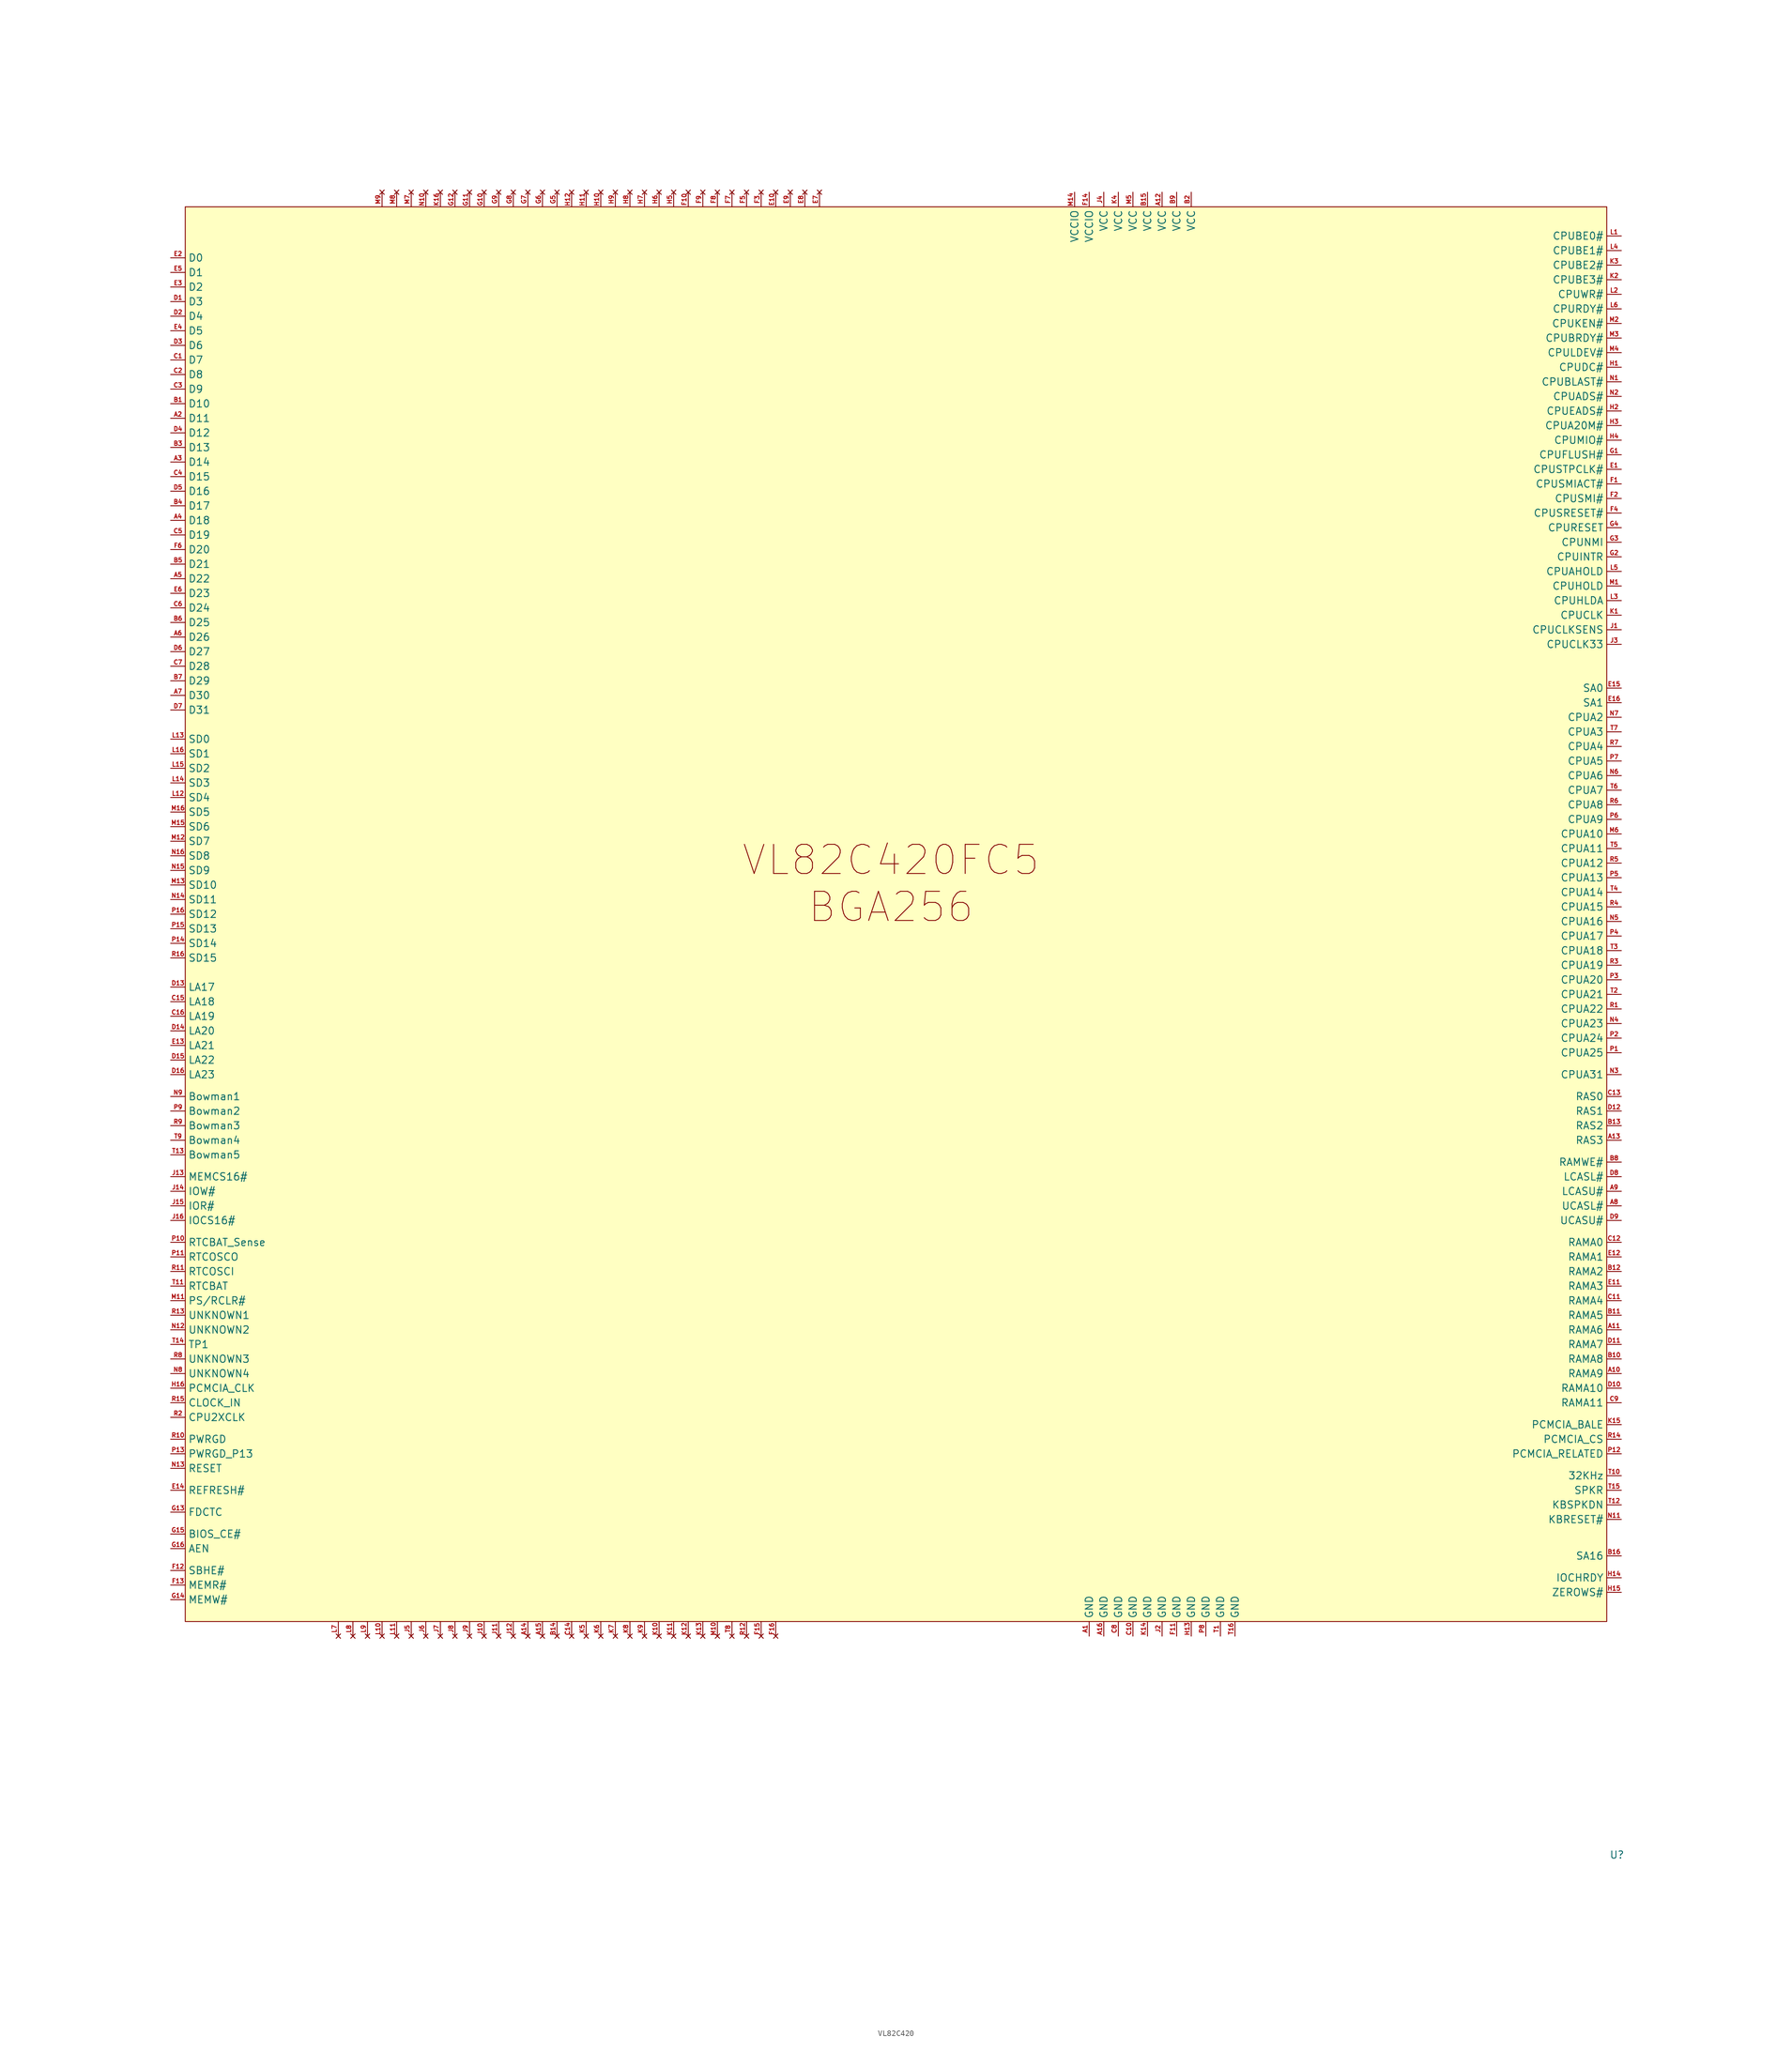
<source format=kicad_sym>
(kicad_symbol_lib
  (version 20241209)
  (generator "kicad_symbol_editor")
  (generator_version "9.0")
  (symbol "VL82C420"
    (property "Reference" "U"
      (at 121.158 -170.18 0)
      (effects (font (size 1.27 1.27))))
    (property "Value" ""
      (at 0 0 0)
      (effects (font (size 1.27 1.27))))
    (symbol "VL82C420_1_1"
      (rectangle (start -128.27 116.84) (end 119.38 -129.54) (stroke (width 0) (type solid)) (fill (type color) (color 255 255 194 1)))
      (text "VL82C420FC5\nBGA256" (at -5.334 -1.016 0) (effects (font (size 5.08 5.08))))
      (pin bidirectional line (at -130.81 107.95 0) (length 2.54) (name "D0" (effects (font (size 1.27 1.27)))) (number "E2" (effects (font (size 0.762 0.762)))))
      (pin bidirectional line (at -130.81 105.41 0) (length 2.54) (name "D1" (effects (font (size 1.27 1.27)))) (number "E5" (effects (font (size 0.762 0.762)))))
      (pin bidirectional line (at -130.81 102.87 0) (length 2.54) (name "D2" (effects (font (size 1.27 1.27)))) (number "E3" (effects (font (size 0.762 0.762)))))
      (pin bidirectional line (at -130.81 100.33 0) (length 2.54) (name "D3" (effects (font (size 1.27 1.27)))) (number "D1" (effects (font (size 0.762 0.762)))))
      (pin bidirectional line (at -130.81 97.79 0) (length 2.54) (name "D4" (effects (font (size 1.27 1.27)))) (number "D2" (effects (font (size 0.762 0.762)))))
      (pin bidirectional line (at -130.81 95.25 0) (length 2.54) (name "D5" (effects (font (size 1.27 1.27)))) (number "E4" (effects (font (size 0.762 0.762)))))
      (pin bidirectional line (at -130.81 92.71 0) (length 2.54) (name "D6" (effects (font (size 1.27 1.27)))) (number "D3" (effects (font (size 0.762 0.762)))))
      (pin bidirectional line (at -130.81 90.17 0) (length 2.54) (name "D7" (effects (font (size 1.27 1.27)))) (number "C1" (effects (font (size 0.762 0.762)))))
      (pin bidirectional line (at -130.81 87.63 0) (length 2.54) (name "D8" (effects (font (size 1.27 1.27)))) (number "C2" (effects (font (size 0.762 0.762)))))
      (pin bidirectional line (at -130.81 85.09 0) (length 2.54) (name "D9" (effects (font (size 1.27 1.27)))) (number "C3" (effects (font (size 0.762 0.762)))))
      (pin bidirectional line (at -130.81 82.55 0) (length 2.54) (name "D10" (effects (font (size 1.27 1.27)))) (number "B1" (effects (font (size 0.762 0.762)))))
      (pin bidirectional line (at -130.81 80.01 0) (length 2.54) (name "D11" (effects (font (size 1.27 1.27)))) (number "A2" (effects (font (size 0.762 0.762)))))
      (pin bidirectional line (at -130.81 77.47 0) (length 2.54) (name "D12" (effects (font (size 1.27 1.27)))) (number "D4" (effects (font (size 0.762 0.762)))))
      (pin bidirectional line (at -130.81 74.93 0) (length 2.54) (name "D13" (effects (font (size 1.27 1.27)))) (number "B3" (effects (font (size 0.762 0.762)))))
      (pin bidirectional line (at -130.81 72.39 0) (length 2.54) (name "D14" (effects (font (size 1.27 1.27)))) (number "A3" (effects (font (size 0.762 0.762)))))
      (pin bidirectional line (at -130.81 69.85 0) (length 2.54) (name "D15" (effects (font (size 1.27 1.27)))) (number "C4" (effects (font (size 0.762 0.762)))))
      (pin bidirectional line (at -130.81 67.31 0) (length 2.54) (name "D16" (effects (font (size 1.27 1.27)))) (number "D5" (effects (font (size 0.762 0.762)))))
      (pin bidirectional line (at -130.81 64.77 0) (length 2.54) (name "D17" (effects (font (size 1.27 1.27)))) (number "B4" (effects (font (size 0.762 0.762)))))
      (pin bidirectional line (at -130.81 62.23 0) (length 2.54) (name "D18" (effects (font (size 1.27 1.27)))) (number "A4" (effects (font (size 0.762 0.762)))))
      (pin bidirectional line (at -130.81 59.69 0) (length 2.54) (name "D19" (effects (font (size 1.27 1.27)))) (number "C5" (effects (font (size 0.762 0.762)))))
      (pin bidirectional line (at -130.81 57.15 0) (length 2.54) (name "D20" (effects (font (size 1.27 1.27)))) (number "F6" (effects (font (size 0.762 0.762)))))
      (pin bidirectional line (at -130.81 54.61 0) (length 2.54) (name "D21" (effects (font (size 1.27 1.27)))) (number "B5" (effects (font (size 0.762 0.762)))))
      (pin bidirectional line (at -130.81 52.07 0) (length 2.54) (name "D22" (effects (font (size 1.27 1.27)))) (number "A5" (effects (font (size 0.762 0.762)))))
      (pin bidirectional line (at -130.81 49.53 0) (length 2.54) (name "D23" (effects (font (size 1.27 1.27)))) (number "E6" (effects (font (size 0.762 0.762)))))
      (pin bidirectional line (at -130.81 46.99 0) (length 2.54) (name "D24" (effects (font (size 1.27 1.27)))) (number "C6" (effects (font (size 0.762 0.762)))))
      (pin bidirectional line (at -130.81 44.45 0) (length 2.54) (name "D25" (effects (font (size 1.27 1.27)))) (number "B6" (effects (font (size 0.762 0.762)))))
      (pin bidirectional line (at -130.81 41.91 0) (length 2.54) (name "D26" (effects (font (size 1.27 1.27)))) (number "A6" (effects (font (size 0.762 0.762)))))
      (pin bidirectional line (at -130.81 39.37 0) (length 2.54) (name "D27" (effects (font (size 1.27 1.27)))) (number "D6" (effects (font (size 0.762 0.762)))))
      (pin bidirectional line (at -130.81 36.83 0) (length 2.54) (name "D28" (effects (font (size 1.27 1.27)))) (number "C7" (effects (font (size 0.762 0.762)))))
      (pin bidirectional line (at -130.81 34.29 0) (length 2.54) (name "D29" (effects (font (size 1.27 1.27)))) (number "B7" (effects (font (size 0.762 0.762)))))
      (pin bidirectional line (at -130.81 31.75 0) (length 2.54) (name "D30" (effects (font (size 1.27 1.27)))) (number "A7" (effects (font (size 0.762 0.762)))))
      (pin bidirectional line (at -130.81 29.21 0) (length 2.54) (name "D31" (effects (font (size 1.27 1.27)))) (number "D7" (effects (font (size 0.762 0.762)))))
      (pin bidirectional line (at -130.81 24.13 0) (length 2.54) (name "SD0" (effects (font (size 1.27 1.27)))) (number "L13" (effects (font (size 0.762 0.762)))))
      (pin bidirectional line (at -130.81 21.59 0) (length 2.54) (name "SD1" (effects (font (size 1.27 1.27)))) (number "L16" (effects (font (size 0.762 0.762)))))
      (pin bidirectional line (at -130.81 19.05 0) (length 2.54) (name "SD2" (effects (font (size 1.27 1.27)))) (number "L15" (effects (font (size 0.762 0.762)))))
      (pin bidirectional line (at -130.81 16.51 0) (length 2.54) (name "SD3" (effects (font (size 1.27 1.27)))) (number "L14" (effects (font (size 0.762 0.762)))))
      (pin bidirectional line (at -130.81 13.97 0) (length 2.54) (name "SD4" (effects (font (size 1.27 1.27)))) (number "L12" (effects (font (size 0.762 0.762)))))
      (pin bidirectional line (at -130.81 11.43 0) (length 2.54) (name "SD5" (effects (font (size 1.27 1.27)))) (number "M16" (effects (font (size 0.762 0.762)))))
      (pin bidirectional line (at -130.81 8.89 0) (length 2.54) (name "SD6" (effects (font (size 1.27 1.27)))) (number "M15" (effects (font (size 0.762 0.762)))))
      (pin bidirectional line (at -130.81 6.35 0) (length 2.54) (name "SD7" (effects (font (size 1.27 1.27)))) (number "M12" (effects (font (size 0.762 0.762)))))
      (pin bidirectional line (at -130.81 3.81 0) (length 2.54) (name "SD8" (effects (font (size 1.27 1.27)))) (number "N16" (effects (font (size 0.762 0.762)))))
      (pin bidirectional line (at -130.81 1.27 0) (length 2.54) (name "SD9" (effects (font (size 1.27 1.27)))) (number "N15" (effects (font (size 0.762 0.762)))))
      (pin bidirectional line (at -130.81 -1.27 0) (length 2.54) (name "SD10" (effects (font (size 1.27 1.27)))) (number "M13" (effects (font (size 0.762 0.762)))))
      (pin bidirectional line (at -130.81 -3.81 0) (length 2.54) (name "SD11" (effects (font (size 1.27 1.27)))) (number "N14" (effects (font (size 0.762 0.762)))))
      (pin bidirectional line (at -130.81 -6.35 0) (length 2.54) (name "SD12" (effects (font (size 1.27 1.27)))) (number "P16" (effects (font (size 0.762 0.762)))))
      (pin bidirectional line (at -130.81 -8.89 0) (length 2.54) (name "SD13" (effects (font (size 1.27 1.27)))) (number "P15" (effects (font (size 0.762 0.762)))))
      (pin bidirectional line (at -130.81 -11.43 0) (length 2.54) (name "SD14" (effects (font (size 1.27 1.27)))) (number "P14" (effects (font (size 0.762 0.762)))))
      (pin bidirectional line (at -130.81 -13.97 0) (length 2.54) (name "SD15" (effects (font (size 1.27 1.27)))) (number "R16" (effects (font (size 0.762 0.762)))))
      (pin bidirectional line (at -130.81 -19.05 0) (length 2.54) (name "LA17" (effects (font (size 1.27 1.27)))) (number "D13" (effects (font (size 0.762 0.762)))))
      (pin bidirectional line (at -130.81 -21.59 0) (length 2.54) (name "LA18" (effects (font (size 1.27 1.27)))) (number "C15" (effects (font (size 0.762 0.762)))))
      (pin bidirectional line (at -130.81 -24.13 0) (length 2.54) (name "LA19" (effects (font (size 1.27 1.27)))) (number "C16" (effects (font (size 0.762 0.762)))))
      (pin bidirectional line (at -130.81 -26.67 0) (length 2.54) (name "LA20" (effects (font (size 1.27 1.27)))) (number "D14" (effects (font (size 0.762 0.762)))))
      (pin bidirectional line (at -130.81 -29.21 0) (length 2.54) (name "LA21" (effects (font (size 1.27 1.27)))) (number "E13" (effects (font (size 0.762 0.762)))))
      (pin bidirectional line (at -130.81 -31.75 0) (length 2.54) (name "LA22" (effects (font (size 1.27 1.27)))) (number "D15" (effects (font (size 0.762 0.762)))))
      (pin bidirectional line (at -130.81 -34.29 0) (length 2.54) (name "LA23" (effects (font (size 1.27 1.27)))) (number "D16" (effects (font (size 0.762 0.762)))))
      (pin bidirectional line (at -130.81 -38.1 0) (length 2.54) (name "Bowman1" (effects (font (size 1.27 1.27)))) (number "N9" (effects (font (size 0.762 0.762)))))
      (pin bidirectional line (at -130.81 -40.64 0) (length 2.54) (name "Bowman2" (effects (font (size 1.27 1.27)))) (number "P9" (effects (font (size 0.762 0.762)))))
      (pin bidirectional line (at -130.81 -43.18 0) (length 2.54) (name "Bowman3" (effects (font (size 1.27 1.27)))) (number "R9" (effects (font (size 0.762 0.762)))))
      (pin bidirectional line (at -130.81 -45.72 0) (length 2.54) (name "Bowman4" (effects (font (size 1.27 1.27)))) (number "T9" (effects (font (size 0.762 0.762)))))
      (pin bidirectional line (at -130.81 -48.26 0) (length 2.54) (name "Bowman5" (effects (font (size 1.27 1.27)))) (number "T13" (effects (font (size 0.762 0.762)))))
      (pin input line (at -130.81 -52.07 0) (length 2.54) (name "MEMCS16#" (effects (font (size 1.27 1.27)))) (number "J13" (effects (font (size 0.762 0.762)))))
      (pin output line (at -130.81 -54.61 0) (length 2.54) (name "IOW#" (effects (font (size 1.27 1.27)))) (number "J14" (effects (font (size 0.762 0.762)))))
      (pin output line (at -130.81 -57.15 0) (length 2.54) (name "IOR#" (effects (font (size 1.27 1.27)))) (number "J15" (effects (font (size 0.762 0.762)))))
      (pin input line (at -130.81 -59.69 0) (length 2.54) (name "IOCS16#" (effects (font (size 1.27 1.27)))) (number "J16" (effects (font (size 0.762 0.762)))))
      (pin bidirectional line (at -130.81 -63.5 0) (length 2.54) (name "RTCBAT_Sense" (effects (font (size 1.27 1.27)))) (number "P10" (effects (font (size 0.762 0.762)))))
      (pin bidirectional line (at -130.81 -66.04 0) (length 2.54) (name "RTCOSCO" (effects (font (size 1.27 1.27)))) (number "P11" (effects (font (size 0.762 0.762)))))
      (pin bidirectional line (at -130.81 -68.58 0) (length 2.54) (name "RTCOSCI" (effects (font (size 1.27 1.27)))) (number "R11" (effects (font (size 0.762 0.762)))))
      (pin input line (at -130.81 -71.12 0) (length 2.54) (name "RTCBAT" (effects (font (size 1.27 1.27)))) (number "T11" (effects (font (size 0.762 0.762)))))
      (pin bidirectional line (at -130.81 -73.66 0) (length 2.54) (name "PS/RCLR#" (effects (font (size 1.27 1.27)))) (number "M11" (effects (font (size 0.762 0.762)))))
      (pin bidirectional line (at -130.81 -76.2 0) (length 2.54) (name "UNKNOWN1" (effects (font (size 1.27 1.27)))) (number "R13" (effects (font (size 0.762 0.762)))))
      (pin bidirectional line (at -130.81 -78.74 0) (length 2.54) (name "UNKNOWN2" (effects (font (size 1.27 1.27)))) (number "N12" (effects (font (size 0.762 0.762)))))
      (pin bidirectional line (at -130.81 -81.28 0) (length 2.54) (name "TP1" (effects (font (size 1.27 1.27)))) (number "T14" (effects (font (size 0.762 0.762)))))
      (pin bidirectional line (at -130.81 -83.82 0) (length 2.54) (name "UNKNOWN3" (effects (font (size 1.27 1.27)))) (number "R8" (effects (font (size 0.762 0.762)))))
      (pin bidirectional line (at -130.81 -86.36 0) (length 2.54) (name "UNKNOWN4" (effects (font (size 1.27 1.27)))) (number "N8" (effects (font (size 0.762 0.762)))))
      (pin output line (at -130.81 -88.9 0) (length 2.54) (name "PCMCIA_CLK" (effects (font (size 1.27 1.27)))) (number "H16" (effects (font (size 0.762 0.762)))))
      (pin input line (at -130.81 -91.44 0) (length 2.54) (name "CLOCK_IN" (effects (font (size 1.27 1.27)))) (number "R15" (effects (font (size 0.762 0.762)))))
      (pin input line (at -130.81 -93.98 0) (length 2.54) (name "CPU2XCLK" (effects (font (size 1.27 1.27)))) (number "R2" (effects (font (size 0.762 0.762)))))
      (pin output line (at -130.81 -97.79 0) (length 2.54) (name "PWRGD" (effects (font (size 1.27 1.27)))) (number "R10" (effects (font (size 0.762 0.762)))))
      (pin output line (at -130.81 -100.33 0) (length 2.54) (name "PWRGD_P13" (effects (font (size 1.27 1.27)))) (number "P13" (effects (font (size 0.762 0.762)))))
      (pin bidirectional line (at -130.81 -102.87 0) (length 2.54) (name "RESET" (effects (font (size 1.27 1.27)))) (number "N13" (effects (font (size 0.762 0.762)))))
      (pin bidirectional line (at -130.81 -106.68 0) (length 2.54) (name "REFRESH#" (effects (font (size 1.27 1.27)))) (number "E14" (effects (font (size 0.762 0.762)))))
      (pin bidirectional line (at -130.81 -110.49 0) (length 2.54) (name "FDCTC" (effects (font (size 1.27 1.27)))) (number "G13" (effects (font (size 0.762 0.762)))))
      (pin output line (at -130.81 -114.3 0) (length 2.54) (name "BIOS_CE#" (effects (font (size 1.27 1.27)))) (number "G15" (effects (font (size 0.762 0.762)))))
      (pin output line (at -130.81 -116.84 0) (length 2.54) (name "AEN" (effects (font (size 1.27 1.27)))) (number "G16" (effects (font (size 0.762 0.762)))))
      (pin bidirectional line (at -130.81 -120.65 0) (length 2.54) (name "SBHE#" (effects (font (size 1.27 1.27)))) (number "F12" (effects (font (size 0.762 0.762)))))
      (pin bidirectional line (at -130.81 -123.19 0) (length 2.54) (name "MEMR#" (effects (font (size 1.27 1.27)))) (number "F13" (effects (font (size 0.762 0.762)))))
      (pin bidirectional line (at -130.81 -125.73 0) (length 2.54) (name "MEMW#" (effects (font (size 1.27 1.27)))) (number "G14" (effects (font (size 0.762 0.762)))))
      (pin no_connect line (at -101.6 -132.08 90) (length 2.54) (name "" (effects (font (size 1.27 1.27)))) (number "L7" (effects (font (size 0.762 0.762)))))
      (pin no_connect line (at -99.06 -132.08 90) (length 2.54) (name "" (effects (font (size 1.27 1.27)))) (number "L8" (effects (font (size 0.762 0.762)))))
      (pin no_connect line (at -96.52 -132.08 90) (length 2.54) (name "" (effects (font (size 1.27 1.27)))) (number "L9" (effects (font (size 0.762 0.762)))))
      (pin no_connect line (at -93.98 119.38 270) (length 2.54) (name "" (effects (font (size 1.27 1.27)))) (number "M9" (effects (font (size 0.762 0.762)))))
      (pin no_connect line (at -93.98 -132.08 90) (length 2.54) (name "" (effects (font (size 1.27 1.27)))) (number "L10" (effects (font (size 0.762 0.762)))))
      (pin no_connect line (at -91.44 119.38 270) (length 2.54) (name "" (effects (font (size 1.27 1.27)))) (number "M8" (effects (font (size 0.762 0.762)))))
      (pin no_connect line (at -91.44 -132.08 90) (length 2.54) (name "" (effects (font (size 1.27 1.27)))) (number "L11" (effects (font (size 0.762 0.762)))))
      (pin no_connect line (at -88.9 119.38 270) (length 2.54) (name "" (effects (font (size 1.27 1.27)))) (number "M7" (effects (font (size 0.762 0.762)))))
      (pin no_connect line (at -88.9 -132.08 90) (length 2.54) (name "" (effects (font (size 1.27 1.27)))) (number "J5" (effects (font (size 0.762 0.762)))))
      (pin no_connect line (at -86.36 119.38 270) (length 2.54) (name "" (effects (font (size 1.27 1.27)))) (number "N10" (effects (font (size 0.762 0.762)))))
      (pin no_connect line (at -86.36 -132.08 90) (length 2.54) (name "" (effects (font (size 1.27 1.27)))) (number "J6" (effects (font (size 0.762 0.762)))))
      (pin no_connect line (at -83.82 119.38 270) (length 2.54) (name "" (effects (font (size 1.27 1.27)))) (number "K16" (effects (font (size 0.762 0.762)))))
      (pin no_connect line (at -83.82 -132.08 90) (length 2.54) (name "" (effects (font (size 1.27 1.27)))) (number "J7" (effects (font (size 0.762 0.762)))))
      (pin no_connect line (at -81.28 119.38 270) (length 2.54) (name "" (effects (font (size 1.27 1.27)))) (number "G12" (effects (font (size 0.762 0.762)))))
      (pin no_connect line (at -81.28 -132.08 90) (length 2.54) (name "" (effects (font (size 1.27 1.27)))) (number "J8" (effects (font (size 0.762 0.762)))))
      (pin no_connect line (at -78.74 119.38 270) (length 2.54) (name "" (effects (font (size 1.27 1.27)))) (number "G11" (effects (font (size 0.762 0.762)))))
      (pin no_connect line (at -78.74 -132.08 90) (length 2.54) (name "" (effects (font (size 1.27 1.27)))) (number "J9" (effects (font (size 0.762 0.762)))))
      (pin no_connect line (at -76.2 119.38 270) (length 2.54) (name "" (effects (font (size 1.27 1.27)))) (number "G10" (effects (font (size 0.762 0.762)))))
      (pin no_connect line (at -76.2 -132.08 90) (length 2.54) (name "" (effects (font (size 1.27 1.27)))) (number "J10" (effects (font (size 0.762 0.762)))))
      (pin no_connect line (at -73.66 119.38 270) (length 2.54) (name "" (effects (font (size 1.27 1.27)))) (number "G9" (effects (font (size 0.762 0.762)))))
      (pin no_connect line (at -73.66 -132.08 90) (length 2.54) (name "" (effects (font (size 1.27 1.27)))) (number "J11" (effects (font (size 0.762 0.762)))))
      (pin no_connect line (at -71.12 119.38 270) (length 2.54) (name "" (effects (font (size 1.27 1.27)))) (number "G8" (effects (font (size 0.762 0.762)))))
      (pin no_connect line (at -71.12 -132.08 90) (length 2.54) (name "" (effects (font (size 1.27 1.27)))) (number "J12" (effects (font (size 0.762 0.762)))))
      (pin no_connect line (at -68.58 119.38 270) (length 2.54) (name "" (effects (font (size 1.27 1.27)))) (number "G7" (effects (font (size 0.762 0.762)))))
      (pin no_connect line (at -68.58 -132.08 90) (length 2.54) (name "" (effects (font (size 1.27 1.27)))) (number "A14" (effects (font (size 0.762 0.762)))))
      (pin no_connect line (at -66.04 119.38 270) (length 2.54) (name "" (effects (font (size 1.27 1.27)))) (number "G6" (effects (font (size 0.762 0.762)))))
      (pin no_connect line (at -66.04 -132.08 90) (length 2.54) (name "" (effects (font (size 1.27 1.27)))) (number "A15" (effects (font (size 0.762 0.762)))))
      (pin no_connect line (at -63.5 119.38 270) (length 2.54) (name "" (effects (font (size 1.27 1.27)))) (number "G5" (effects (font (size 0.762 0.762)))))
      (pin no_connect line (at -63.5 -132.08 90) (length 2.54) (name "" (effects (font (size 1.27 1.27)))) (number "B14" (effects (font (size 0.762 0.762)))))
      (pin no_connect line (at -60.96 119.38 270) (length 2.54) (name "" (effects (font (size 1.27 1.27)))) (number "H12" (effects (font (size 0.762 0.762)))))
      (pin no_connect line (at -60.96 -132.08 90) (length 2.54) (name "" (effects (font (size 1.27 1.27)))) (number "C14" (effects (font (size 0.762 0.762)))))
      (pin no_connect line (at -58.42 119.38 270) (length 2.54) (name "" (effects (font (size 1.27 1.27)))) (number "H11" (effects (font (size 0.762 0.762)))))
      (pin no_connect line (at -58.42 -132.08 90) (length 2.54) (name "" (effects (font (size 1.27 1.27)))) (number "K5" (effects (font (size 0.762 0.762)))))
      (pin no_connect line (at -55.88 119.38 270) (length 2.54) (name "" (effects (font (size 1.27 1.27)))) (number "H10" (effects (font (size 0.762 0.762)))))
      (pin no_connect line (at -55.88 -132.08 90) (length 2.54) (name "" (effects (font (size 1.27 1.27)))) (number "K6" (effects (font (size 0.762 0.762)))))
      (pin no_connect line (at -53.34 119.38 270) (length 2.54) (name "" (effects (font (size 1.27 1.27)))) (number "H9" (effects (font (size 0.762 0.762)))))
      (pin no_connect line (at -53.34 -132.08 90) (length 2.54) (name "" (effects (font (size 1.27 1.27)))) (number "K7" (effects (font (size 0.762 0.762)))))
      (pin no_connect line (at -50.8 119.38 270) (length 2.54) (name "" (effects (font (size 1.27 1.27)))) (number "H8" (effects (font (size 0.762 0.762)))))
      (pin no_connect line (at -50.8 -132.08 90) (length 2.54) (name "" (effects (font (size 1.27 1.27)))) (number "K8" (effects (font (size 0.762 0.762)))))
      (pin no_connect line (at -48.26 119.38 270) (length 2.54) (name "" (effects (font (size 1.27 1.27)))) (number "H7" (effects (font (size 0.762 0.762)))))
      (pin no_connect line (at -48.26 -132.08 90) (length 2.54) (name "" (effects (font (size 1.27 1.27)))) (number "K9" (effects (font (size 0.762 0.762)))))
      (pin no_connect line (at -45.72 119.38 270) (length 2.54) (name "" (effects (font (size 1.27 1.27)))) (number "H6" (effects (font (size 0.762 0.762)))))
      (pin no_connect line (at -45.72 -132.08 90) (length 2.54) (name "" (effects (font (size 1.27 1.27)))) (number "K10" (effects (font (size 0.762 0.762)))))
      (pin no_connect line (at -43.18 119.38 270) (length 2.54) (name "" (effects (font (size 1.27 1.27)))) (number "H5" (effects (font (size 0.762 0.762)))))
      (pin no_connect line (at -43.18 -132.08 90) (length 2.54) (name "" (effects (font (size 1.27 1.27)))) (number "K11" (effects (font (size 0.762 0.762)))))
      (pin no_connect line (at -40.64 119.38 270) (length 2.54) (name "" (effects (font (size 1.27 1.27)))) (number "F10" (effects (font (size 0.762 0.762)))))
      (pin no_connect line (at -40.64 -132.08 90) (length 2.54) (name "" (effects (font (size 1.27 1.27)))) (number "K12" (effects (font (size 0.762 0.762)))))
      (pin no_connect line (at -38.1 119.38 270) (length 2.54) (name "" (effects (font (size 1.27 1.27)))) (number "F9" (effects (font (size 0.762 0.762)))))
      (pin no_connect line (at -38.1 -132.08 90) (length 2.54) (name "" (effects (font (size 1.27 1.27)))) (number "K13" (effects (font (size 0.762 0.762)))))
      (pin no_connect line (at -35.56 119.38 270) (length 2.54) (name "" (effects (font (size 1.27 1.27)))) (number "F8" (effects (font (size 0.762 0.762)))))
      (pin no_connect line (at -35.56 -132.08 90) (length 2.54) (name "" (effects (font (size 1.27 1.27)))) (number "M10" (effects (font (size 0.762 0.762)))))
      (pin no_connect line (at -33.02 119.38 270) (length 2.54) (name "" (effects (font (size 1.27 1.27)))) (number "F7" (effects (font (size 0.762 0.762)))))
      (pin no_connect line (at -33.02 -132.08 90) (length 2.54) (name "" (effects (font (size 1.27 1.27)))) (number "T8" (effects (font (size 0.762 0.762)))))
      (pin no_connect line (at -30.48 119.38 270) (length 2.54) (name "" (effects (font (size 1.27 1.27)))) (number "F5" (effects (font (size 0.762 0.762)))))
      (pin no_connect line (at -30.48 -132.08 90) (length 2.54) (name "" (effects (font (size 1.27 1.27)))) (number "R12" (effects (font (size 0.762 0.762)))))
      (pin no_connect line (at -27.94 119.38 270) (length 2.54) (name "" (effects (font (size 1.27 1.27)))) (number "F3" (effects (font (size 0.762 0.762)))))
      (pin no_connect line (at -27.94 -132.08 90) (length 2.54) (name "" (effects (font (size 1.27 1.27)))) (number "F15" (effects (font (size 0.762 0.762)))))
      (pin no_connect line (at -25.4 119.38 270) (length 2.54) (name "" (effects (font (size 1.27 1.27)))) (number "E10" (effects (font (size 0.762 0.762)))))
      (pin no_connect line (at -25.4 -132.08 90) (length 2.54) (name "" (effects (font (size 1.27 1.27)))) (number "F16" (effects (font (size 0.762 0.762)))))
      (pin no_connect line (at -22.86 119.38 270) (length 2.54) (name "" (effects (font (size 1.27 1.27)))) (number "E9" (effects (font (size 0.762 0.762)))))
      (pin no_connect line (at -20.32 119.38 270) (length 2.54) (name "" (effects (font (size 1.27 1.27)))) (number "E8" (effects (font (size 0.762 0.762)))))
      (pin no_connect line (at -17.78 119.38 270) (length 2.54) (name "" (effects (font (size 1.27 1.27)))) (number "E7" (effects (font (size 0.762 0.762)))))
      (pin power_in line (at 26.67 119.38 270) (length 2.54) (name "VCCIO" (effects (font (size 1.27 1.27)))) (number "M14" (effects (font (size 0.762 0.762)))))
      (pin power_in line (at 29.21 119.38 270) (length 2.54) (name "VCCIO" (effects (font (size 1.27 1.27)))) (number "F14" (effects (font (size 0.762 0.762)))))
      (pin power_in line (at 29.21 -132.08 90) (length 2.54) (name "GND" (effects (font (size 1.27 1.27)))) (number "A1" (effects (font (size 0.762 0.762)))))
      (pin power_in line (at 31.75 119.38 270) (length 2.54) (name "VCC" (effects (font (size 1.27 1.27)))) (number "J4" (effects (font (size 0.762 0.762)))))
      (pin power_in line (at 31.75 -132.08 90) (length 2.54) (name "GND" (effects (font (size 1.27 1.27)))) (number "A16" (effects (font (size 0.762 0.762)))))
      (pin power_in line (at 34.29 119.38 270) (length 2.54) (name "VCC" (effects (font (size 1.27 1.27)))) (number "K4" (effects (font (size 0.762 0.762)))))
      (pin power_in line (at 34.29 -132.08 90) (length 2.54) (name "GND" (effects (font (size 1.27 1.27)))) (number "C8" (effects (font (size 0.762 0.762)))))
      (pin power_in line (at 36.83 119.38 270) (length 2.54) (name "VCC" (effects (font (size 1.27 1.27)))) (number "M5" (effects (font (size 0.762 0.762)))))
      (pin power_in line (at 36.83 -132.08 90) (length 2.54) (name "GND" (effects (font (size 1.27 1.27)))) (number "C10" (effects (font (size 0.762 0.762)))))
      (pin power_in line (at 39.37 119.38 270) (length 2.54) (name "VCC" (effects (font (size 1.27 1.27)))) (number "B15" (effects (font (size 0.762 0.762)))))
      (pin power_in line (at 39.37 -132.08 90) (length 2.54) (name "GND" (effects (font (size 1.27 1.27)))) (number "K14" (effects (font (size 0.762 0.762)))))
      (pin power_in line (at 41.91 119.38 270) (length 2.54) (name "VCC" (effects (font (size 1.27 1.27)))) (number "A12" (effects (font (size 0.762 0.762)))))
      (pin power_in line (at 41.91 -132.08 90) (length 2.54) (name "GND" (effects (font (size 1.27 1.27)))) (number "J2" (effects (font (size 0.762 0.762)))))
      (pin power_in line (at 44.45 119.38 270) (length 2.54) (name "VCC" (effects (font (size 1.27 1.27)))) (number "B9" (effects (font (size 0.762 0.762)))))
      (pin power_in line (at 44.45 -132.08 90) (length 2.54) (name "GND" (effects (font (size 1.27 1.27)))) (number "F11" (effects (font (size 0.762 0.762)))))
      (pin power_in line (at 46.99 119.38 270) (length 2.54) (name "VCC" (effects (font (size 1.27 1.27)))) (number "B2" (effects (font (size 0.762 0.762)))))
      (pin power_in line (at 46.99 -132.08 90) (length 2.54) (name "GND" (effects (font (size 1.27 1.27)))) (number "H13" (effects (font (size 0.762 0.762)))))
      (pin power_in line (at 49.53 -132.08 90) (length 2.54) (name "GND" (effects (font (size 1.27 1.27)))) (number "P8" (effects (font (size 0.762 0.762)))))
      (pin power_in line (at 52.07 -132.08 90) (length 2.54) (name "GND" (effects (font (size 1.27 1.27)))) (number "T1" (effects (font (size 0.762 0.762)))))
      (pin power_in line (at 54.61 -132.08 90) (length 2.54) (name "GND" (effects (font (size 1.27 1.27)))) (number "T16" (effects (font (size 0.762 0.762)))))
      (pin input line (at 121.92 111.76 180) (length 2.54) (name "CPUBE0#" (effects (font (size 1.27 1.27)))) (number "L1" (effects (font (size 0.762 0.762)))))
      (pin input line (at 121.92 109.22 180) (length 2.54) (name "CPUBE1#" (effects (font (size 1.27 1.27)))) (number "L4" (effects (font (size 0.762 0.762)))))
      (pin input line (at 121.92 106.68 180) (length 2.54) (name "CPUBE2#" (effects (font (size 1.27 1.27)))) (number "K3" (effects (font (size 0.762 0.762)))))
      (pin input line (at 121.92 104.14 180) (length 2.54) (name "CPUBE3#" (effects (font (size 1.27 1.27)))) (number "K2" (effects (font (size 0.762 0.762)))))
      (pin input line (at 121.92 101.6 180) (length 2.54) (name "CPUWR#" (effects (font (size 1.27 1.27)))) (number "L2" (effects (font (size 0.762 0.762)))))
      (pin output line (at 121.92 99.06 180) (length 2.54) (name "CPURDY#" (effects (font (size 1.27 1.27)))) (number "L6" (effects (font (size 0.762 0.762)))))
      (pin output line (at 121.92 96.52 180) (length 2.54) (name "CPUKEN#" (effects (font (size 1.27 1.27)))) (number "M2" (effects (font (size 0.762 0.762)))))
      (pin output line (at 121.92 93.98 180) (length 2.54) (name "CPUBRDY#" (effects (font (size 1.27 1.27)))) (number "M3" (effects (font (size 0.762 0.762)))))
      (pin output line (at 121.92 91.44 180) (length 2.54) (name "CPULDEV#" (effects (font (size 1.27 1.27)))) (number "M4" (effects (font (size 0.762 0.762)))))
      (pin input line (at 121.92 88.9 180) (length 2.54) (name "CPUDC#" (effects (font (size 1.27 1.27)))) (number "H1" (effects (font (size 0.762 0.762)))))
      (pin input line (at 121.92 86.36 180) (length 2.54) (name "CPUBLAST#" (effects (font (size 1.27 1.27)))) (number "N1" (effects (font (size 0.762 0.762)))))
      (pin input line (at 121.92 83.82 180) (length 2.54) (name "CPUADS#" (effects (font (size 1.27 1.27)))) (number "N2" (effects (font (size 0.762 0.762)))))
      (pin output line (at 121.92 81.28 180) (length 2.54) (name "CPUEADS#" (effects (font (size 1.27 1.27)))) (number "H2" (effects (font (size 0.762 0.762)))))
      (pin output line (at 121.92 78.74 180) (length 2.54) (name "CPUA20M#" (effects (font (size 1.27 1.27)))) (number "H3" (effects (font (size 0.762 0.762)))))
      (pin input line (at 121.92 76.2 180) (length 2.54) (name "CPUMIO#" (effects (font (size 1.27 1.27)))) (number "H4" (effects (font (size 0.762 0.762)))))
      (pin output line (at 121.92 73.66 180) (length 2.54) (name "CPUFLUSH#" (effects (font (size 1.27 1.27)))) (number "G1" (effects (font (size 0.762 0.762)))))
      (pin output line (at 121.92 71.12 180) (length 2.54) (name "CPUSTPCLK#" (effects (font (size 1.27 1.27)))) (number "E1" (effects (font (size 0.762 0.762)))))
      (pin input line (at 121.92 68.58 180) (length 2.54) (name "CPUSMIACT#" (effects (font (size 1.27 1.27)))) (number "F1" (effects (font (size 0.762 0.762)))))
      (pin output line (at 121.92 66.04 180) (length 2.54) (name "CPUSMI#" (effects (font (size 1.27 1.27)))) (number "F2" (effects (font (size 0.762 0.762)))))
      (pin output line (at 121.92 63.5 180) (length 2.54) (name "CPUSRESET#" (effects (font (size 1.27 1.27)))) (number "F4" (effects (font (size 0.762 0.762)))))
      (pin output line (at 121.92 60.96 180) (length 2.54) (name "CPURESET" (effects (font (size 1.27 1.27)))) (number "G4" (effects (font (size 0.762 0.762)))))
      (pin output line (at 121.92 58.42 180) (length 2.54) (name "CPUNMI" (effects (font (size 1.27 1.27)))) (number "G3" (effects (font (size 0.762 0.762)))))
      (pin output line (at 121.92 55.88 180) (length 2.54) (name "CPUINTR" (effects (font (size 1.27 1.27)))) (number "G2" (effects (font (size 0.762 0.762)))))
      (pin output line (at 121.92 53.34 180) (length 2.54) (name "CPUAHOLD" (effects (font (size 1.27 1.27)))) (number "L5" (effects (font (size 0.762 0.762)))))
      (pin output line (at 121.92 50.8 180) (length 2.54) (name "CPUHOLD" (effects (font (size 1.27 1.27)))) (number "M1" (effects (font (size 0.762 0.762)))))
      (pin input line (at 121.92 48.26 180) (length 2.54) (name "CPUHLDA" (effects (font (size 1.27 1.27)))) (number "L3" (effects (font (size 0.762 0.762)))))
      (pin output line (at 121.92 45.72 180) (length 2.54) (name "CPUCLK" (effects (font (size 1.27 1.27)))) (number "K1" (effects (font (size 0.762 0.762)))))
      (pin output line (at 121.92 43.18 180) (length 2.54) (name "CPUCLKSENS" (effects (font (size 1.27 1.27)))) (number "J1" (effects (font (size 0.762 0.762)))))
      (pin output line (at 121.92 40.64 180) (length 2.54) (name "CPUCLK33" (effects (font (size 1.27 1.27)))) (number "J3" (effects (font (size 0.762 0.762)))))
      (pin bidirectional line (at 121.92 33.02 180) (length 2.54) (name "SA0" (effects (font (size 1.27 1.27)))) (number "E15" (effects (font (size 0.762 0.762)))))
      (pin bidirectional line (at 121.92 30.48 180) (length 2.54) (name "SA1" (effects (font (size 1.27 1.27)))) (number "E16" (effects (font (size 0.762 0.762)))))
      (pin bidirectional line (at 121.92 27.94 180) (length 2.54) (name "CPUA2" (effects (font (size 1.27 1.27)))) (number "N7" (effects (font (size 0.762 0.762)))))
      (pin bidirectional line (at 121.92 25.4 180) (length 2.54) (name "CPUA3" (effects (font (size 1.27 1.27)))) (number "T7" (effects (font (size 0.762 0.762)))))
      (pin bidirectional line (at 121.92 22.86 180) (length 2.54) (name "CPUA4" (effects (font (size 1.27 1.27)))) (number "R7" (effects (font (size 0.762 0.762)))))
      (pin bidirectional line (at 121.92 20.32 180) (length 2.54) (name "CPUA5" (effects (font (size 1.27 1.27)))) (number "P7" (effects (font (size 0.762 0.762)))))
      (pin bidirectional line (at 121.92 17.78 180) (length 2.54) (name "CPUA6" (effects (font (size 1.27 1.27)))) (number "N6" (effects (font (size 0.762 0.762)))))
      (pin bidirectional line (at 121.92 15.24 180) (length 2.54) (name "CPUA7" (effects (font (size 1.27 1.27)))) (number "T6" (effects (font (size 0.762 0.762)))))
      (pin bidirectional line (at 121.92 12.7 180) (length 2.54) (name "CPUA8" (effects (font (size 1.27 1.27)))) (number "R6" (effects (font (size 0.762 0.762)))))
      (pin bidirectional line (at 121.92 10.16 180) (length 2.54) (name "CPUA9" (effects (font (size 1.27 1.27)))) (number "P6" (effects (font (size 0.762 0.762)))))
      (pin bidirectional line (at 121.92 7.62 180) (length 2.54) (name "CPUA10" (effects (font (size 1.27 1.27)))) (number "M6" (effects (font (size 0.762 0.762)))))
      (pin bidirectional line (at 121.92 5.08 180) (length 2.54) (name "CPUA11" (effects (font (size 1.27 1.27)))) (number "T5" (effects (font (size 0.762 0.762)))))
      (pin bidirectional line (at 121.92 2.54 180) (length 2.54) (name "CPUA12" (effects (font (size 1.27 1.27)))) (number "R5" (effects (font (size 0.762 0.762)))))
      (pin bidirectional line (at 121.92 0 180) (length 2.54) (name "CPUA13" (effects (font (size 1.27 1.27)))) (number "P5" (effects (font (size 0.762 0.762)))))
      (pin bidirectional line (at 121.92 -2.54 180) (length 2.54) (name "CPUA14" (effects (font (size 1.27 1.27)))) (number "T4" (effects (font (size 0.762 0.762)))))
      (pin bidirectional line (at 121.92 -5.08 180) (length 2.54) (name "CPUA15" (effects (font (size 1.27 1.27)))) (number "R4" (effects (font (size 0.762 0.762)))))
      (pin bidirectional line (at 121.92 -7.62 180) (length 2.54) (name "CPUA16" (effects (font (size 1.27 1.27)))) (number "N5" (effects (font (size 0.762 0.762)))))
      (pin bidirectional line (at 121.92 -10.16 180) (length 2.54) (name "CPUA17" (effects (font (size 1.27 1.27)))) (number "P4" (effects (font (size 0.762 0.762)))))
      (pin bidirectional line (at 121.92 -12.7 180) (length 2.54) (name "CPUA18" (effects (font (size 1.27 1.27)))) (number "T3" (effects (font (size 0.762 0.762)))))
      (pin bidirectional line (at 121.92 -15.24 180) (length 2.54) (name "CPUA19" (effects (font (size 1.27 1.27)))) (number "R3" (effects (font (size 0.762 0.762)))))
      (pin bidirectional line (at 121.92 -17.78 180) (length 2.54) (name "CPUA20" (effects (font (size 1.27 1.27)))) (number "P3" (effects (font (size 0.762 0.762)))))
      (pin bidirectional line (at 121.92 -20.32 180) (length 2.54) (name "CPUA21" (effects (font (size 1.27 1.27)))) (number "T2" (effects (font (size 0.762 0.762)))))
      (pin bidirectional line (at 121.92 -22.86 180) (length 2.54) (name "CPUA22" (effects (font (size 1.27 1.27)))) (number "R1" (effects (font (size 0.762 0.762)))))
      (pin bidirectional line (at 121.92 -25.4 180) (length 2.54) (name "CPUA23" (effects (font (size 1.27 1.27)))) (number "N4" (effects (font (size 0.762 0.762)))))
      (pin bidirectional line (at 121.92 -27.94 180) (length 2.54) (name "CPUA24" (effects (font (size 1.27 1.27)))) (number "P2" (effects (font (size 0.762 0.762)))))
      (pin bidirectional line (at 121.92 -30.48 180) (length 2.54) (name "CPUA25" (effects (font (size 1.27 1.27)))) (number "P1" (effects (font (size 0.762 0.762)))))
      (pin bidirectional line (at 121.92 -34.29 180) (length 2.54) (name "CPUA31" (effects (font (size 1.27 1.27)))) (number "N3" (effects (font (size 0.762 0.762)))))
      (pin output line (at 121.92 -38.1 180) (length 2.54) (name "RAS0" (effects (font (size 1.27 1.27)))) (number "C13" (effects (font (size 0.762 0.762)))))
      (pin output line (at 121.92 -40.64 180) (length 2.54) (name "RAS1" (effects (font (size 1.27 1.27)))) (number "D12" (effects (font (size 0.762 0.762)))))
      (pin output line (at 121.92 -43.18 180) (length 2.54) (name "RAS2" (effects (font (size 1.27 1.27)))) (number "B13" (effects (font (size 0.762 0.762)))))
      (pin output line (at 121.92 -45.72 180) (length 2.54) (name "RAS3" (effects (font (size 1.27 1.27)))) (number "A13" (effects (font (size 0.762 0.762)))))
      (pin output line (at 121.92 -49.53 180) (length 2.54) (name "RAMWE#" (effects (font (size 1.27 1.27)))) (number "B8" (effects (font (size 0.762 0.762)))))
      (pin output line (at 121.92 -52.07 180) (length 2.54) (name "LCASL#" (effects (font (size 1.27 1.27)))) (number "D8" (effects (font (size 0.762 0.762)))))
      (pin output line (at 121.92 -54.61 180) (length 2.54) (name "LCASU#" (effects (font (size 1.27 1.27)))) (number "A9" (effects (font (size 0.762 0.762)))))
      (pin output line (at 121.92 -57.15 180) (length 2.54) (name "UCASL#" (effects (font (size 1.27 1.27)))) (number "A8" (effects (font (size 0.762 0.762)))))
      (pin output line (at 121.92 -59.69 180) (length 2.54) (name "UCASU#" (effects (font (size 1.27 1.27)))) (number "D9" (effects (font (size 0.762 0.762)))))
      (pin bidirectional line (at 121.92 -63.5 180) (length 2.54) (name "RAMA0" (effects (font (size 1.27 1.27)))) (number "C12" (effects (font (size 0.762 0.762)))))
      (pin bidirectional line (at 121.92 -66.04 180) (length 2.54) (name "RAMA1" (effects (font (size 1.27 1.27)))) (number "E12" (effects (font (size 0.762 0.762)))))
      (pin bidirectional line (at 121.92 -68.58 180) (length 2.54) (name "RAMA2" (effects (font (size 1.27 1.27)))) (number "B12" (effects (font (size 0.762 0.762)))))
      (pin bidirectional line (at 121.92 -71.12 180) (length 2.54) (name "RAMA3" (effects (font (size 1.27 1.27)))) (number "E11" (effects (font (size 0.762 0.762)))))
      (pin bidirectional line (at 121.92 -73.66 180) (length 2.54) (name "RAMA4" (effects (font (size 1.27 1.27)))) (number "C11" (effects (font (size 0.762 0.762)))))
      (pin bidirectional line (at 121.92 -76.2 180) (length 2.54) (name "RAMA5" (effects (font (size 1.27 1.27)))) (number "B11" (effects (font (size 0.762 0.762)))))
      (pin bidirectional line (at 121.92 -78.74 180) (length 2.54) (name "RAMA6" (effects (font (size 1.27 1.27)))) (number "A11" (effects (font (size 0.762 0.762)))))
      (pin bidirectional line (at 121.92 -81.28 180) (length 2.54) (name "RAMA7" (effects (font (size 1.27 1.27)))) (number "D11" (effects (font (size 0.762 0.762)))))
      (pin bidirectional line (at 121.92 -83.82 180) (length 2.54) (name "RAMA8" (effects (font (size 1.27 1.27)))) (number "B10" (effects (font (size 0.762 0.762)))))
      (pin bidirectional line (at 121.92 -86.36 180) (length 2.54) (name "RAMA9" (effects (font (size 1.27 1.27)))) (number "A10" (effects (font (size 0.762 0.762)))))
      (pin bidirectional line (at 121.92 -88.9 180) (length 2.54) (name "RAMA10" (effects (font (size 1.27 1.27)))) (number "D10" (effects (font (size 0.762 0.762)))))
      (pin bidirectional line (at 121.92 -91.44 180) (length 2.54) (name "RAMA11" (effects (font (size 1.27 1.27)))) (number "C9" (effects (font (size 0.762 0.762)))))
      (pin output line (at 121.92 -95.25 180) (length 2.54) (name "PCMCIA_BALE" (effects (font (size 1.27 1.27)))) (number "K15" (effects (font (size 0.762 0.762)))))
      (pin bidirectional line (at 121.92 -97.79 180) (length 2.54) (name "PCMCIA_CS" (effects (font (size 1.27 1.27)))) (number "R14" (effects (font (size 0.762 0.762)))))
      (pin bidirectional line (at 121.92 -100.33 180) (length 2.54) (name "PCMCIA_RELATED" (effects (font (size 1.27 1.27)))) (number "P12" (effects (font (size 0.762 0.762)))))
      (pin output line (at 121.92 -104.14 180) (length 2.54) (name "32KHz" (effects (font (size 1.27 1.27)))) (number "T10" (effects (font (size 0.762 0.762)))))
      (pin output line (at 121.92 -106.68 180) (length 2.54) (name "SPKR" (effects (font (size 1.27 1.27)))) (number "T15" (effects (font (size 0.762 0.762)))))
      (pin input line (at 121.92 -109.22 180) (length 2.54) (name "KBSPKDN" (effects (font (size 1.27 1.27)))) (number "T12" (effects (font (size 0.762 0.762)))))
      (pin bidirectional line (at 121.92 -111.76 180) (length 2.54) (name "KBRESET#" (effects (font (size 1.27 1.27)))) (number "N11" (effects (font (size 0.762 0.762)))))
      (pin bidirectional line (at 121.92 -118.11 180) (length 2.54) (name "SA16" (effects (font (size 1.27 1.27)))) (number "B16" (effects (font (size 0.762 0.762)))))
      (pin bidirectional line (at 121.92 -121.92 180) (length 2.54) (name "IOCHRDY" (effects (font (size 1.27 1.27)))) (number "H14" (effects (font (size 0.762 0.762)))))
      (pin bidirectional line (at 121.92 -124.46 180) (length 2.54) (name "ZEROWS#" (effects (font (size 1.27 1.27)))) (number "H15" (effects (font (size 0.762 0.762))))))))
</source>
